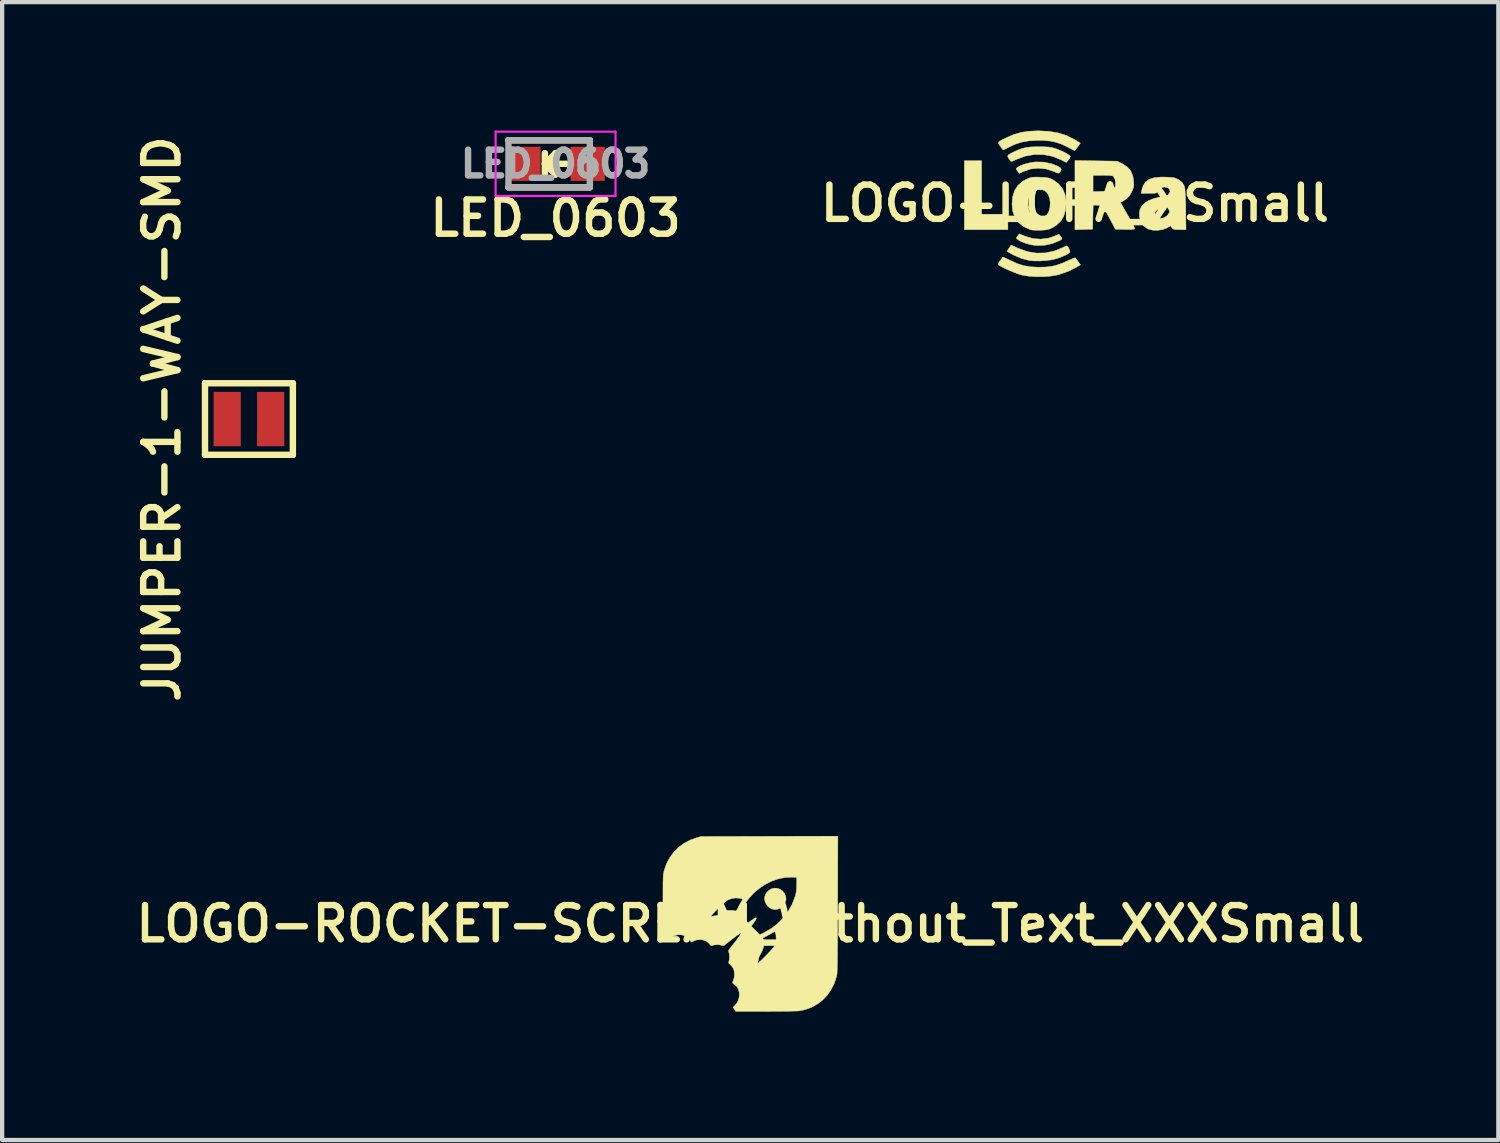
<source format=kicad_pcb>
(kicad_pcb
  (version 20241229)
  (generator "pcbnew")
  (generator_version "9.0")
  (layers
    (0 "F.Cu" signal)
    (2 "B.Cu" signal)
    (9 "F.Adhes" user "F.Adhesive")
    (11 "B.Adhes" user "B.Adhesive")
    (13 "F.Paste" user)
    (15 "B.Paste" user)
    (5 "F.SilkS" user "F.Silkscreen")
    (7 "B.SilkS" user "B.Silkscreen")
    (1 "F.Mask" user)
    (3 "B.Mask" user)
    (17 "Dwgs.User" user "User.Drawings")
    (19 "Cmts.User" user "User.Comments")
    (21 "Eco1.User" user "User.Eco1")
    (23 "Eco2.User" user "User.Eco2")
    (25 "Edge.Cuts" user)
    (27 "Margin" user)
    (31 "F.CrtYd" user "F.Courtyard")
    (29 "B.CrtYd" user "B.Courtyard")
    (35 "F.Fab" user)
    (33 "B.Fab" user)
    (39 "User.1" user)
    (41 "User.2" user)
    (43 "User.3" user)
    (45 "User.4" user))
  (footprint "JUMPER-1-WAY-SMD"
    (layer "F.Cu")
    (at 2.763 6.735)
    (property "Reference" "JUMPER-1-WAY-SMD" (at -2.032 0 90) (layer "F.SilkS") (effects (font (size 0.8 0.8) (thickness 0.15))))
    (attr through_hole)
    (fp_line (start -1.026 -0.835) (end -1.026 0.835) (stroke (width 0.15) (type solid)) (layer "F.SilkS"))
    (fp_line (start -1.026 0.835) (end 1.026 0.835) (stroke (width 0.15) (type solid)) (layer "F.SilkS"))
    (fp_line (start 1.026 -0.835) (end -1.026 -0.835) (stroke (width 0.15) (type solid)) (layer "F.SilkS"))
    (fp_line (start 1.026 0.835) (end 1.026 -0.835) (stroke (width 0.15) (type solid)) (layer "F.SilkS"))
    (pad "1" smd rect (at -0.508 0) (size 0.635 1.27) (layers "F.Cu" "F.Mask" "F.Paste"))
    (pad "2" smd rect (at 0.508 0) (size 0.635 1.27) (layers "F.Cu" "F.Mask" "F.Paste")))
  (footprint "LOGO-ROCKET-SCREAM_Without_Text_XXXSmall"
    (layer "F.Cu")
    (at 14.469 18.522)
    (property "Reference" "LOGO-ROCKET-SCREAM_Without_Text_XXXSmall" (at 0 0 0) (layer "F.SilkS") (effects (font (size 0.8 0.8) (thickness 0.15))))
    (attr through_hole)
    (fp_poly (pts (xy 0.63 -0.83) (xy 0.697 -0.807) (xy 0.756 -0.765) (xy 0.802 -0.703) (xy 0.805 -0.696) (xy 0.831 -0.628) (xy 0.836 -0.566) (xy 0.819 -0.502) (xy 0.803 -0.469) (xy 0.775 -0.423) (xy 0.743 -0.391) (xy 0.7 -0.366) (xy 0.63 -0.338) (xy 0.565 -0.333) (xy 0.499 -0.349) (xy 0.489 -0.354) (xy 0.427 -0.394) (xy 0.379 -0.449) (xy 0.347 -0.513) (xy 0.334 -0.581) (xy 0.337 -0.621) (xy 0.357 -0.688) (xy 0.395 -0.744) (xy 0.425 -0.772) (xy 0.489 -0.814) (xy 0.559 -0.833) (xy 0.63 -0.83)) (stroke (width 0.01) (type solid)) (fill yes) (layer "F.SilkS"))
    (fp_poly (pts (xy 2.041 -0.448) (xy 2.041 -0.212) (xy 2.04 -0.000273) (xy 2.039 0.189) (xy 2.039 0.357) (xy 2.038 0.505) (xy 2.037 0.634) (xy 2.036 0.747) (xy 2.035 0.843) (xy 2.034 0.925) (xy 2.033 0.994) (xy 2.031 1.051) (xy 2.03 1.097) (xy 2.028 1.135) (xy 2.026 1.165) (xy 2.023 1.189) (xy 2.02 1.208) (xy 2.017 1.223) (xy 2.015 1.232) (xy 1.961 1.393) (xy 1.887 1.539) (xy 1.795 1.67) (xy 1.686 1.783) (xy 1.562 1.877) (xy 1.425 1.952) (xy 1.274 2.006) (xy 1.156 2.031) (xy 1.125 2.034) (xy 1.071 2.037) (xy 0.995 2.039) (xy 0.9 2.041) (xy 0.788 2.042) (xy 0.66 2.044) (xy 0.519 2.044) (xy 0.367 2.045) (xy -0.338 2.045) (xy -0.401 1.949) (xy -0.358 1.906) (xy -0.306 1.841) (xy -0.272 1.766) (xy -0.255 1.687) (xy -0.256 1.608) (xy -0.274 1.534) (xy -0.309 1.47) (xy -0.354 1.426) (xy -0.384 1.404) (xy -0.406 1.387) (xy -0.41 1.384) (xy -0.411 1.369) (xy -0.402 1.339) (xy -0.394 1.32) (xy -0.375 1.255) (xy -0.369 1.18) (xy -0.375 1.106) (xy -0.392 1.047) (xy -0.418 1.006) (xy -0.452 0.966) (xy -0.463 0.956) (xy -0.491 0.932) (xy -0.498 0.921) (xy 0.171 0.921) (xy 0.175 0.923) (xy 0.193 0.91) (xy 0.223 0.883) (xy 0.262 0.847) (xy 0.307 0.803) (xy 0.356 0.754) (xy 0.405 0.703) (xy 0.452 0.654) (xy 0.493 0.608) (xy 0.527 0.569) (xy 0.551 0.539) (xy 0.56 0.525) (xy 0.591 0.439) (xy 0.605 0.348) (xy 0.601 0.262) (xy 0.598 0.248) (xy 0.588 0.21) (xy 0.579 0.185) (xy 0.574 0.178) (xy 0.559 0.184) (xy 0.532 0.201) (xy 0.527 0.204) (xy 0.498 0.222) (xy 0.454 0.247) (xy 0.404 0.273) (xy 0.391 0.28) (xy 0.294 0.33) (xy 0.306 0.371) (xy 0.319 0.462) (xy 0.308 0.554) (xy 0.273 0.644) (xy 0.249 0.684) (xy 0.211 0.759) (xy 0.193 0.821) (xy 0.184 0.866) (xy 0.176 0.904) (xy 0.171 0.921) (xy -0.498 0.921) (xy -0.503 0.913) (xy -0.502 0.89) (xy -0.496 0.868) (xy -0.485 0.804) (xy -0.485 0.738) (xy -0.495 0.681) (xy -0.5 0.667) (xy -0.506 0.65) (xy -0.507 0.634) (xy -0.5 0.615) (xy -0.483 0.589) (xy -0.454 0.55) (xy -0.426 0.514) (xy -0.354 0.424) (xy -0.294 0.345) (xy -0.278 0.324) (xy 0.267 0.324) (xy 0.273 0.33) (xy 0.279 0.324) (xy 0.273 0.318) (xy 0.267 0.324) (xy -0.278 0.324) (xy -0.245 0.28) (xy -0.209 0.231) (xy -0.188 0.198) (xy -0.181 0.183) (xy -0.181 0.183) (xy -0.192 0.188) (xy -0.22 0.207) (xy -0.261 0.236) (xy -0.311 0.273) (xy -0.367 0.316) (xy -0.426 0.36) (xy -0.484 0.405) (xy -0.538 0.447) (xy -0.582 0.483) (xy -0.61 0.504) (xy -0.632 0.51) (xy -0.659 0.505) (xy -0.671 0.5) (xy -0.748 0.485) (xy -0.828 0.49) (xy -0.866 0.5) (xy -0.894 0.509) (xy -0.913 0.508) (xy -0.931 0.494) (xy -0.953 0.467) (xy -1.011 0.415) (xy -1.081 0.382) (xy -1.16 0.368) (xy -1.242 0.374) (xy -1.314 0.398) (xy -1.377 0.427) (xy -1.415 0.37) (xy -1.468 0.314) (xy -1.534 0.276) (xy -1.609 0.257) (xy -1.689 0.257) (xy -1.769 0.276) (xy -1.845 0.314) (xy -1.886 0.346) (xy -1.945 0.398) (xy -1.992 0.371) (xy -2.038 0.344) (xy -2.038 -0.171) (xy -0.918 -0.171) (xy -0.914 -0.171) (xy -0.883 -0.178) (xy -0.839 -0.184) (xy -0.819 -0.187) (xy -0.759 -0.201) (xy -0.709 -0.23) (xy -0.241 -0.23) (xy -0.233 -0.213) (xy -0.209 -0.183) (xy -0.175 -0.146) (xy -0.147 -0.117) (xy -0.052 -0.024) (xy 0.04 -0.088) (xy 0.092 -0.123) (xy 0.126 -0.14) (xy 0.143 -0.139) (xy 0.141 -0.12) (xy 0.121 -0.083) (xy 0.09 -0.036) (xy 0.025 0.056) (xy 0.123 0.155) (xy 0.163 0.195) (xy 0.196 0.227) (xy 0.218 0.248) (xy 0.225 0.254) (xy 0.238 0.249) (xy 0.267 0.234) (xy 0.31 0.213) (xy 0.341 0.198) (xy 0.501 0.103) (xy 0.646 -0.01) (xy 0.774 -0.141) (xy 0.884 -0.287) (xy 0.974 -0.447) (xy 1.041 -0.618) (xy 1.049 -0.641) (xy 1.064 -0.696) (xy 1.074 -0.746) (xy 1.08 -0.798) (xy 1.083 -0.86) (xy 1.084 -0.921) (xy 1.086 -1.086) (xy 0.969 -1.089) (xy 0.814 -1.082) (xy 0.658 -1.051) (xy 0.504 -0.998) (xy 0.356 -0.924) (xy 0.215 -0.831) (xy 0.085 -0.721) (xy -0.031 -0.594) (xy -0.054 -0.565) (xy -0.095 -0.508) (xy -0.135 -0.446) (xy -0.173 -0.383) (xy -0.204 -0.325) (xy -0.228 -0.275) (xy -0.24 -0.24) (xy -0.241 -0.23) (xy -0.709 -0.23) (xy -0.703 -0.234) (xy -0.7 -0.236) (xy -0.616 -0.286) (xy -0.525 -0.312) (xy -0.44 -0.314) (xy -0.395 -0.309) (xy -0.359 -0.304) (xy -0.343 -0.3) (xy -0.329 -0.304) (xy -0.311 -0.327) (xy -0.287 -0.371) (xy -0.283 -0.379) (xy -0.258 -0.43) (xy -0.231 -0.478) (xy -0.21 -0.513) (xy -0.19 -0.544) (xy -0.179 -0.566) (xy -0.178 -0.571) (xy -0.189 -0.58) (xy -0.218 -0.59) (xy -0.249 -0.597) (xy -0.341 -0.604) (xy -0.435 -0.59) (xy -0.525 -0.556) (xy -0.532 -0.552) (xy -0.558 -0.534) (xy -0.594 -0.505) (xy -0.638 -0.467) (xy -0.686 -0.422) (xy -0.736 -0.374) (xy -0.785 -0.325) (xy -0.83 -0.279) (xy -0.869 -0.237) (xy -0.898 -0.204) (xy -0.916 -0.18) (xy -0.918 -0.171) (xy -2.038 -0.171) (xy -2.038 -0.396) (xy -2.038 -0.552) (xy -2.038 -0.685) (xy -2.038 -0.797) (xy -2.037 -0.89) (xy -2.037 -0.966) (xy -2.035 -1.028) (xy -2.034 -1.078) (xy -2.031 -1.118) (xy -2.029 -1.15) (xy -2.025 -1.177) (xy -2.021 -1.2) (xy -2.016 -1.222) (xy -2.01 -1.245) (xy -1.956 -1.401) (xy -1.881 -1.545) (xy -1.786 -1.673) (xy -1.674 -1.786) (xy -1.544 -1.881) (xy -1.4 -1.957) (xy -1.251 -2.01) (xy -1.149 -2.038) (xy 0.448 -2.042) (xy 2.046 -2.046) (xy 2.041 -0.448)) (stroke (width 0.01) (type solid)) (fill yes) (layer "F.SilkS")))
  (footprint "LOGO-LORA_XSmall"
    (layer "F.Cu")
    (at 22.051 1.698)
    (property "Reference" "LOGO-LORA_XSmall" (at 0 0 0) (layer "F.SilkS") (effects (font (size 0.8 0.8) (thickness 0.15))))
    (attr through_hole)
    (fp_poly (pts (xy -2.18 0.254) (xy -1.566 0.254) (xy -1.566 0.614) (xy -2.582 0.614) (xy -2.582 -0.995) (xy -2.18 -0.995) (xy -2.18 0.254)) (stroke (width 0.01) (type solid)) (fill yes) (layer "F.SilkS"))
    (fp_poly (pts (xy -1.152 0.773) (xy -0.977 0.823) (xy -0.796 0.836) (xy -0.619 0.813) (xy -0.51 0.778) (xy -0.375 0.722) (xy -0.336 0.769) (xy -0.306 0.808) (xy -0.304 0.833) (xy -0.334 0.856) (xy -0.365 0.873) (xy -0.529 0.94) (xy -0.707 0.978) (xy -0.886 0.987) (xy -1.037 0.966) (xy -1.167 0.928) (xy -1.276 0.882) (xy -1.34 0.843) (xy -1.366 0.819) (xy -1.364 0.797) (xy -1.339 0.763) (xy -1.299 0.714) (xy -1.152 0.773)) (stroke (width 0.01) (type solid)) (fill yes) (layer "F.SilkS"))
    (fp_poly (pts (xy -0.727 -0.962) (xy -0.544 -0.924) (xy -0.398 -0.866) (xy -0.341 -0.83) (xy -0.321 -0.794) (xy -0.336 -0.751) (xy -0.349 -0.732) (xy -0.368 -0.712) (xy -0.388 -0.705) (xy -0.423 -0.713) (xy -0.481 -0.738) (xy -0.506 -0.749) (xy -0.678 -0.804) (xy -0.858 -0.821) (xy -1.038 -0.801) (xy -1.207 -0.743) (xy -1.211 -0.741) (xy -1.264 -0.716) (xy -1.296 -0.701) (xy -1.3 -0.699) (xy -1.312 -0.715) (xy -1.339 -0.751) (xy -1.342 -0.755) (xy -1.368 -0.794) (xy -1.369 -0.817) (xy -1.344 -0.838) (xy -1.343 -0.839) (xy -1.266 -0.881) (xy -1.16 -0.92) (xy -1.041 -0.949) (xy -0.922 -0.967) (xy -0.91 -0.967) (xy -0.727 -0.962)) (stroke (width 0.01) (type solid)) (fill yes) (layer "F.SilkS"))
    (fp_poly (pts (xy -1.472 0.984) (xy -1.424 1.005) (xy -1.356 1.035) (xy -1.331 1.047) (xy -1.12 1.125) (xy -0.906 1.162) (xy -0.692 1.158) (xy -0.482 1.113) (xy -0.342 1.058) (xy -0.273 1.027) (xy -0.22 1.004) (xy -0.193 0.995) (xy -0.193 0.995) (xy -0.17 1.012) (xy -0.144 1.053) (xy -0.123 1.1) (xy -0.115 1.137) (xy -0.117 1.143) (xy -0.15 1.172) (xy -0.217 1.208) (xy -0.308 1.248) (xy -0.415 1.287) (xy -0.423 1.29) (xy -0.539 1.318) (xy -0.681 1.337) (xy -0.83 1.346) (xy -0.972 1.344) (xy -1.073 1.333) (xy -1.252 1.285) (xy -1.429 1.21) (xy -1.493 1.176) (xy -1.589 1.119) (xy -1.542 1.052) (xy -1.511 1.007) (xy -1.493 0.981) (xy -1.492 0.979) (xy -1.472 0.984)) (stroke (width 0.01) (type solid)) (fill yes) (layer "F.SilkS"))
    (fp_poly (pts (xy -0.715 -1.32) (xy -0.615 -1.314) (xy -0.536 -1.302) (xy -0.467 -1.283) (xy -0.466 -1.283) (xy -0.371 -1.247) (xy -0.279 -1.207) (xy -0.2 -1.166) (xy -0.14 -1.13) (xy -0.109 -1.102) (xy -0.106 -1.095) (xy -0.119 -1.062) (xy -0.149 -1.017) (xy -0.154 -1.012) (xy -0.201 -0.955) (xy -0.323 -1.017) (xy -0.523 -1.097) (xy -0.733 -1.138) (xy -0.948 -1.14) (xy -1.162 -1.102) (xy -1.369 -1.025) (xy -1.374 -1.023) (xy -1.438 -0.993) (xy -1.475 -0.98) (xy -1.497 -0.985) (xy -1.516 -1.004) (xy -1.518 -1.008) (xy -1.558 -1.065) (xy -1.571 -1.103) (xy -1.554 -1.132) (xy -1.503 -1.163) (xy -1.466 -1.182) (xy -1.343 -1.24) (xy -1.236 -1.28) (xy -1.133 -1.305) (xy -1.018 -1.318) (xy -0.879 -1.322) (xy -0.847 -1.322) (xy -0.715 -1.32)) (stroke (width 0.01) (type solid)) (fill yes) (layer "F.SilkS"))
    (fp_poly (pts (xy -0.607 -1.681) (xy -0.394 -1.645) (xy -0.198 -1.583) (xy -0.012 -1.491) (xy 0.033 -1.464) (xy 0.127 -1.405) (xy 0.062 -1.317) (xy 0.024 -1.267) (xy -0.001 -1.236) (xy -0.007 -1.23) (xy -0.026 -1.239) (xy -0.074 -1.264) (xy -0.141 -1.299) (xy -0.169 -1.314) (xy -0.314 -1.382) (xy -0.449 -1.428) (xy -0.588 -1.456) (xy -0.746 -1.469) (xy -0.857 -1.471) (xy -1.06 -1.461) (xy -1.238 -1.431) (xy -1.404 -1.377) (xy -1.544 -1.311) (xy -1.606 -1.278) (xy -1.654 -1.256) (xy -1.673 -1.249) (xy -1.692 -1.265) (xy -1.725 -1.306) (xy -1.746 -1.336) (xy -1.773 -1.378) (xy -1.786 -1.407) (xy -1.781 -1.431) (xy -1.752 -1.455) (xy -1.696 -1.486) (xy -1.607 -1.529) (xy -1.596 -1.535) (xy -1.427 -1.607) (xy -1.259 -1.656) (xy -1.079 -1.683) (xy -0.873 -1.693) (xy -0.849 -1.693) (xy -0.607 -1.681)) (stroke (width 0.01) (type solid)) (fill yes) (layer "F.SilkS"))
    (fp_poly (pts (xy -1.663 1.26) (xy -1.615 1.282) (xy -1.547 1.315) (xy -1.511 1.333) (xy -1.351 1.406) (xy -1.201 1.454) (xy -1.047 1.481) (xy -0.871 1.491) (xy -0.836 1.491) (xy -0.677 1.487) (xy -0.543 1.472) (xy -0.417 1.441) (xy -0.283 1.392) (xy -0.185 1.349) (xy -0.105 1.313) (xy -0.041 1.287) (xy -0.001 1.273) (xy 0.007 1.272) (xy 0.023 1.293) (xy 0.054 1.335) (xy 0.072 1.358) (xy 0.13 1.436) (xy 0.038 1.489) (xy -0.136 1.579) (xy -0.321 1.646) (xy -0.415 1.673) (xy -0.556 1.698) (xy -0.722 1.712) (xy -0.898 1.713) (xy -1.068 1.703) (xy -1.217 1.68) (xy -1.242 1.674) (xy -1.326 1.648) (xy -1.43 1.609) (xy -1.541 1.563) (xy -1.647 1.514) (xy -1.735 1.468) (xy -1.777 1.443) (xy -1.791 1.424) (xy -1.783 1.395) (xy -1.751 1.347) (xy -1.746 1.34) (xy -1.71 1.292) (xy -1.687 1.26) (xy -1.682 1.254) (xy -1.663 1.26)) (stroke (width 0.01) (type solid)) (fill yes) (layer "F.SilkS"))
    (fp_poly (pts (xy 0.492 -0.992) (xy 0.984 -0.984) (xy 1.111 -0.921) (xy 1.225 -0.846) (xy 1.305 -0.752) (xy 1.353 -0.634) (xy 1.37 -0.52) (xy 1.374 -0.436) (xy 1.367 -0.373) (xy 1.344 -0.308) (xy 1.323 -0.263) (xy 1.272 -0.175) (xy 1.21 -0.113) (xy 1.164 -0.08) (xy 1.063 -0.018) (xy 1.23 0.274) (xy 1.287 0.375) (xy 1.336 0.464) (xy 1.372 0.534) (xy 1.393 0.579) (xy 1.397 0.59) (xy 1.383 0.602) (xy 1.337 0.609) (xy 1.256 0.611) (xy 1.171 0.609) (xy 0.944 0.603) (xy 0.646 0.043) (xy 0.535 0.043) (xy 0.425 0.042) (xy 0.419 0.323) (xy 0.413 0.603) (xy 0 0.615) (xy 0 -0.271) (xy 0.423 -0.271) (xy 0.647 -0.279) (xy 0.749 -0.283) (xy 0.817 -0.288) (xy 0.86 -0.297) (xy 0.888 -0.311) (xy 0.91 -0.333) (xy 0.912 -0.336) (xy 0.943 -0.402) (xy 0.95 -0.482) (xy 0.935 -0.561) (xy 0.9 -0.624) (xy 0.881 -0.64) (xy 0.851 -0.647) (xy 0.789 -0.652) (xy 0.704 -0.655) (xy 0.64 -0.656) (xy 0.423 -0.656) (xy 0.423 -0.271) (xy 0 -0.271) (xy 0 -0.999) (xy 0.492 -0.992)) (stroke (width 0.01) (type solid)) (fill yes) (layer "F.SilkS"))
    (fp_poly (pts (xy -0.807 -0.61) (xy -0.704 -0.605) (xy -0.631 -0.595) (xy -0.575 -0.58) (xy -0.524 -0.556) (xy -0.507 -0.546) (xy -0.378 -0.45) (xy -0.285 -0.334) (xy -0.229 -0.197) (xy -0.207 -0.037) (xy -0.206 -0.013) (xy -0.22 0.159) (xy -0.262 0.302) (xy -0.334 0.419) (xy -0.44 0.516) (xy -0.507 0.558) (xy -0.572 0.591) (xy -0.631 0.611) (xy -0.7 0.622) (xy -0.794 0.628) (xy -0.803 0.628) (xy -0.893 0.629) (xy -0.973 0.625) (xy -1.028 0.619) (xy -1.037 0.616) (xy -1.192 0.547) (xy -1.312 0.453) (xy -1.399 0.333) (xy -1.452 0.189) (xy -1.469 0.026) (xy -1.1 0.026) (xy -1.087 0.13) (xy -1.055 0.22) (xy -1.004 0.288) (xy -0.976 0.307) (xy -0.897 0.332) (xy -0.804 0.336) (xy -0.72 0.319) (xy -0.714 0.316) (xy -0.652 0.266) (xy -0.608 0.188) (xy -0.583 0.091) (xy -0.577 -0.015) (xy -0.591 -0.118) (xy -0.625 -0.21) (xy -0.667 -0.267) (xy -0.707 -0.298) (xy -0.755 -0.313) (xy -0.829 -0.317) (xy -0.837 -0.318) (xy -0.91 -0.315) (xy -0.958 -0.302) (xy -0.996 -0.274) (xy -1.015 -0.255) (xy -1.065 -0.177) (xy -1.093 -0.08) (xy -1.1 0.026) (xy -1.469 0.026) (xy -1.47 0.021) (xy -1.455 -0.152) (xy -1.409 -0.298) (xy -1.331 -0.418) (xy -1.219 -0.515) (xy -1.125 -0.566) (xy -1.067 -0.591) (xy -1.015 -0.606) (xy -0.955 -0.612) (xy -0.874 -0.613) (xy -0.807 -0.61)) (stroke (width 0.01) (type solid)) (fill yes) (layer "F.SilkS"))
    (fp_poly (pts (xy 2.155 -0.611) (xy 2.246 -0.605) (xy 2.315 -0.596) (xy 2.333 -0.592) (xy 2.432 -0.547) (xy 2.51 -0.478) (xy 2.558 -0.394) (xy 2.56 -0.385) (xy 2.567 -0.341) (xy 2.573 -0.262) (xy 2.579 -0.156) (xy 2.584 -0.03) (xy 2.587 0.108) (xy 2.587 0.153) (xy 2.593 0.614) (xy 2.442 0.614) (xy 2.36 0.612) (xy 2.31 0.605) (xy 2.28 0.59) (xy 2.262 0.569) (xy 2.232 0.525) (xy 2.152 0.572) (xy 2.054 0.611) (xy 1.937 0.63) (xy 1.818 0.627) (xy 1.715 0.602) (xy 1.702 0.596) (xy 1.604 0.528) (xy 1.538 0.434) (xy 1.508 0.317) (xy 1.507 0.316) (xy 1.505 0.245) (xy 1.863 0.245) (xy 1.88 0.302) (xy 1.924 0.338) (xy 1.987 0.352) (xy 2.057 0.343) (xy 2.126 0.31) (xy 2.164 0.276) (xy 2.209 0.207) (xy 2.223 0.128) (xy 2.223 0.045) (xy 2.084 0.083) (xy 1.974 0.121) (xy 1.903 0.163) (xy 1.868 0.213) (xy 1.863 0.245) (xy 1.505 0.245) (xy 1.505 0.213) (xy 1.522 0.135) (xy 1.563 0.064) (xy 1.58 0.043) (xy 1.641 -0.016) (xy 1.722 -0.065) (xy 1.827 -0.107) (xy 1.962 -0.143) (xy 2.134 -0.177) (xy 2.143 -0.179) (xy 2.195 -0.191) (xy 2.217 -0.213) (xy 2.222 -0.258) (xy 2.223 -0.265) (xy 2.208 -0.331) (xy 2.163 -0.369) (xy 2.085 -0.381) (xy 2.002 -0.364) (xy 1.943 -0.317) (xy 1.926 -0.284) (xy 1.914 -0.259) (xy 1.895 -0.244) (xy 1.859 -0.236) (xy 1.798 -0.233) (xy 1.726 -0.233) (xy 1.546 -0.233) (xy 1.559 -0.302) (xy 1.594 -0.414) (xy 1.651 -0.5) (xy 1.735 -0.56) (xy 1.849 -0.597) (xy 1.996 -0.613) (xy 2.058 -0.614) (xy 2.155 -0.611)) (stroke (width 0.01) (type solid)) (fill yes) (layer "F.SilkS")))
  (footprint "LED_0603"
    (layer "F.Cu")
    (at 9.923 0.775)
    (property "Reference" "LED_0603" (at 0 1.27 0) (layer "F.SilkS") (effects (font (size 0.8 0.8) (thickness 0.15))))
    (attr smd)
    (fp_line (start -1.1 -0.55) (end 0.8 -0.55) (stroke (width 0.15) (type solid)) (layer "F.SilkS"))
    (fp_line (start -1.1 0.55) (end 0.8 0.55) (stroke (width 0.15) (type solid)) (layer "F.SilkS"))
    (fp_line (start -0.25 -0.25) (end -0.25 0.25) (stroke (width 0.15) (type solid)) (layer "F.SilkS"))
    (fp_line (start -0.25 0) (end 0 -0.25) (stroke (width 0.15) (type solid)) (layer "F.SilkS"))
    (fp_line (start -0.2 0) (end 0.25 0) (stroke (width 0.15) (type solid)) (layer "F.SilkS"))
    (fp_line (start 0 -0.25) (end 0 0.25) (stroke (width 0.15) (type solid)) (layer "F.SilkS"))
    (fp_line (start 0 0.25) (end -0.25 0) (stroke (width 0.15) (type solid)) (layer "F.SilkS"))
    (fp_line (start -1.4 -0.75) (end 1.4 -0.75) (stroke (width 0.05) (type solid)) (layer "F.CrtYd"))
    (fp_line (start -1.4 0.75) (end -1.4 -0.75) (stroke (width 0.05) (type solid)) (layer "F.CrtYd"))
    (fp_line (start 1.4 -0.75) (end 1.4 0.75) (stroke (width 0.05) (type solid)) (layer "F.CrtYd"))
    (fp_line (start 1.4 0.75) (end -1.4 0.75) (stroke (width 0.05) (type solid)) (layer "F.CrtYd"))
    (fp_line (start -1.1 -0.55) (end -1.1 0.55) (stroke (width 0.15) (type solid)) (layer "F.Fab"))
    (fp_line (start -1.1 -0.55) (end 0.8 -0.55) (stroke (width 0.15) (type solid)) (layer "F.Fab"))
    (fp_line (start -1.1 0.55) (end 0.8 0.55) (stroke (width 0.15) (type solid)) (layer "F.Fab"))
    (fp_line (start 0.8 -0.55) (end 0.8 0.55) (stroke (width 0.15) (type solid)) (layer "F.Fab"))
    (fp_text user "${REFERENCE}" (at 0 0 0) (layer "F.Fab") (effects (font (size 0.6 0.6) (thickness 0.15))))
    (pad "1" smd rect (at -0.749 0 180) (size 0.798 0.798) (layers "F.Cu" "F.Mask" "F.Paste"))
    (pad "2" smd rect (at 0.749 0 180) (size 0.798 0.798) (layers "F.Cu" "F.Mask" "F.Paste")))
  (gr_rect
    (start -3 -3)
    (end 31.938 23.571)
    (stroke (width 0.1) (type default))
    (fill no)
    (layer "Edge.Cuts")))
</source>
